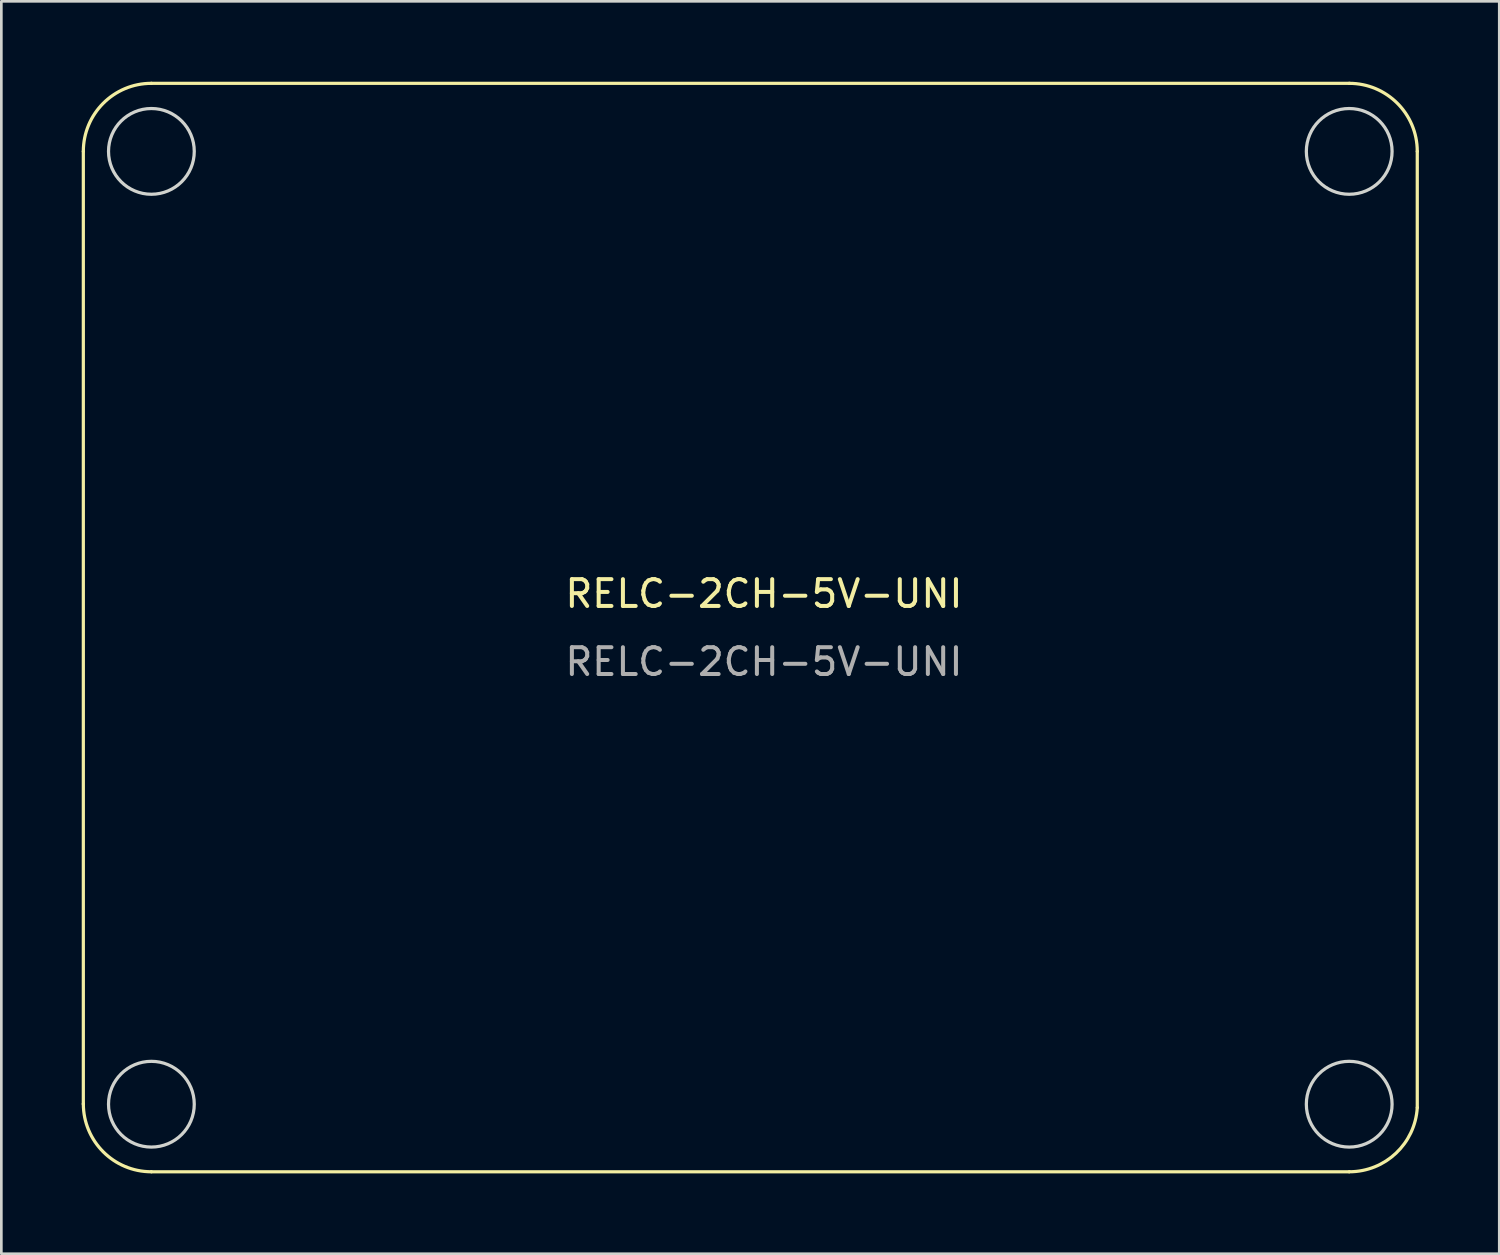
<source format=kicad_pcb>
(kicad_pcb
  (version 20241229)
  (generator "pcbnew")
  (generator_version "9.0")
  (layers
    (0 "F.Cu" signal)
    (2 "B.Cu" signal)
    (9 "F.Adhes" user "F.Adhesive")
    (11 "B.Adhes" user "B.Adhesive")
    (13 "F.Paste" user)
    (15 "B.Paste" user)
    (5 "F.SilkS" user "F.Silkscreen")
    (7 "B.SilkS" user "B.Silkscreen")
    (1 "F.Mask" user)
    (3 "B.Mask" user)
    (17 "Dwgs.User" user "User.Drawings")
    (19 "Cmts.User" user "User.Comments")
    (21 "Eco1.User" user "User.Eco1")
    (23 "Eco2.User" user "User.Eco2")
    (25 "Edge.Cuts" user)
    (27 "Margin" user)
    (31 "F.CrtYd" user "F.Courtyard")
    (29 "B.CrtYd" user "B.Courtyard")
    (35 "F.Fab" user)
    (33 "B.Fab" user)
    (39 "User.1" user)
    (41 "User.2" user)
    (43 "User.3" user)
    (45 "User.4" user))
  (footprint "RELC-2CH-5V-UNI"
    (layer "F.Cu")
    (at 2.6 2.6)
    (property "Reference" "RELC-2CH-5V-UNI" (at 22.86 16.51 0) (unlocked yes) (layer "F.SilkS") (effects (font (size 1 1) (thickness 0.15))))
    (fp_line (start -2.54 0) (end -2.54 35.56) (stroke (width 0.12) (type default)) (layer "F.SilkS"))
    (fp_line (start 0 38.082) (end 44.704 38.082) (stroke (width 0.12) (type default)) (layer "F.SilkS"))
    (fp_line (start 44.704 -2.54) (end 0 -2.54) (stroke (width 0.12) (type default)) (layer "F.SilkS"))
    (fp_line (start 47.244 35.687) (end 47.244 0) (stroke (width 0.12) (type default)) (layer "F.SilkS"))
    (fp_arc (start -2.54 0) (mid -1.796051 -1.796051) (end 0 -2.54) (stroke (width 0.12) (type default)) (layer "F.SilkS"))
    (fp_arc (start 0 38.081949) (mid -1.796051 37.338) (end -2.54 35.541949) (stroke (width 0.12) (type default)) (layer "F.SilkS"))
    (fp_arc (start 44.704 -2.54) (mid 46.500051 -1.796051) (end 47.244 0) (stroke (width 0.12) (type default)) (layer "F.SilkS"))
    (fp_arc (start 47.244 35.687) (mid 46.449519 37.388793) (end 44.704 38.081949) (stroke (width 0.12) (type default)) (layer "F.SilkS"))
    (fp_circle (center 0 0) (end 1.6 0) (stroke (width 0.12) (type default)) (fill no) (layer "Edge.Cuts"))
    (fp_circle (center 0 35.56) (end 1.6 35.56) (stroke (width 0.12) (type default)) (fill no) (layer "Edge.Cuts"))
    (fp_circle (center 44.704 0) (end 46.304 0) (stroke (width 0.12) (type default)) (fill no) (layer "Edge.Cuts"))
    (fp_circle (center 44.704 35.56) (end 46.304 35.56) (stroke (width 0.12) (type default)) (fill no) (layer "Edge.Cuts"))
    (fp_text user "${REFERENCE}" (at 22.86 19.05 0) (unlocked yes) (layer "F.Fab") (effects (font (size 1 1) (thickness 0.15)))))
  (gr_rect
    (start -3 -3)
    (end 52.904 43.742)
    (stroke (width 0.1) (type default))
    (fill no)
    (layer "Edge.Cuts")))
</source>
